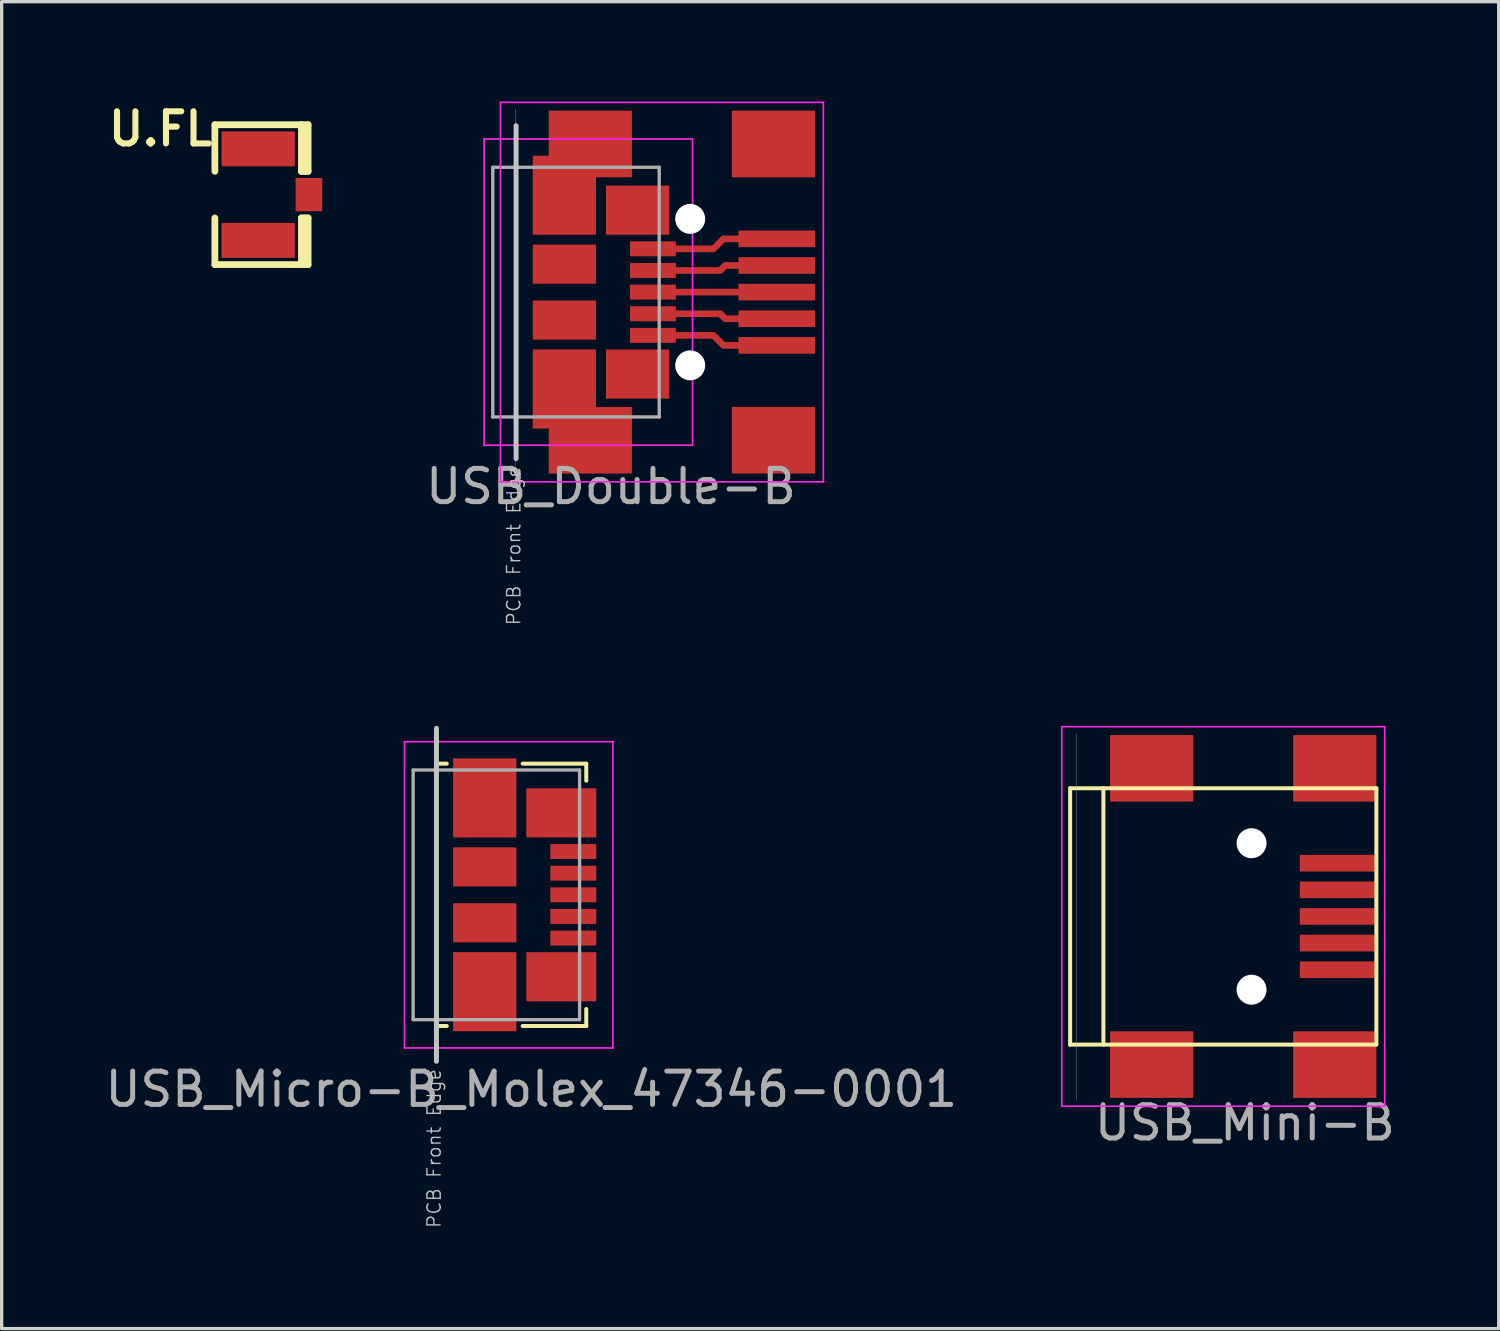
<source format=kicad_pcb>
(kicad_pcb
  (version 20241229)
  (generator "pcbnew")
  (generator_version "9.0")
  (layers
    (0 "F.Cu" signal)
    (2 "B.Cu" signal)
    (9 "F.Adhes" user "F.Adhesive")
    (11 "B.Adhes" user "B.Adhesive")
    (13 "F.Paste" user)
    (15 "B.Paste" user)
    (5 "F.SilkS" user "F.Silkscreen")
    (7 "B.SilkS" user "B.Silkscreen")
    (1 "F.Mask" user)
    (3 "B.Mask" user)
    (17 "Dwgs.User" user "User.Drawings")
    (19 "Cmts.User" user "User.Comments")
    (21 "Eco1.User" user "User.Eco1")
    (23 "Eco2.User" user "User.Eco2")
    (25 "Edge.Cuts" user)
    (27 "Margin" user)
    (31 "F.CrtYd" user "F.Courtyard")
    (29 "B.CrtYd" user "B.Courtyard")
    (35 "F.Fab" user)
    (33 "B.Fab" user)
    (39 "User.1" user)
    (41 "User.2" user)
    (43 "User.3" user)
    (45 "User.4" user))
  (footprint "USB_Mini-B"
    (layer "F.Cu")
    (at 29.296 24.48)
    (property "Reference" "USB_Mini-B" (at 5.05 6.2 0) (layer "F.Fab") (effects (font (size 1 1) (thickness 0.15))))
    (attr smd)
    (fp_line (start -0.2 -3.85) (end -0.2 3.85) (stroke (width 0.12) (type solid)) (layer "F.SilkS"))
    (fp_line (start -0.2 3.85) (end 9 3.85) (stroke (width 0.12) (type solid)) (layer "F.SilkS"))
    (fp_line (start 0.8 -3.85) (end 0.8 3.85) (stroke (width 0.12) (type solid)) (layer "F.SilkS"))
    (fp_line (start 9 -3.85) (end -0.2 -3.85) (stroke (width 0.12) (type solid)) (layer "F.SilkS"))
    (fp_line (start 9 3.85) (end 9 -3.85) (stroke (width 0.12) (type solid)) (layer "F.SilkS"))
    (fp_line (start -0.45 -5.7) (end 9.25 -5.7) (stroke (width 0.05) (type solid)) (layer "F.CrtYd"))
    (fp_line (start -0.45 5.7) (end -0.45 -5.7) (stroke (width 0.05) (type solid)) (layer "F.CrtYd"))
    (fp_line (start 9.25 -5.7) (end 9.25 5.7) (stroke (width 0.05) (type solid)) (layer "F.CrtYd"))
    (fp_line (start 9.25 5.7) (end -0.45 5.7) (stroke (width 0.05) (type solid)) (layer "F.CrtYd"))
    (fp_line (start 0 -5.5) (end 0 5.5) (stroke (width 0.01) (type solid)) (layer "F.Fab"))
    (pad "" np_thru_hole circle (at 5.25 -2.2) (size 0.9 0.9) (drill 0.9) (layers "*.Cu" "*.Mask"))
    (pad "" np_thru_hole circle (at 5.25 2.2) (size 0.9 0.9) (drill 0.9) (layers "*.Cu" "*.Mask"))
    (pad "1" smd rect (at 7.85 -1.6) (size 2.3 0.5) (layers "F.Cu" "F.Mask" "F.Paste"))
    (pad "2" smd rect (at 7.85 -0.8) (size 2.3 0.5) (layers "F.Cu" "F.Mask" "F.Paste"))
    (pad "3" smd rect (at 7.85 0) (size 2.3 0.5) (layers "F.Cu" "F.Mask" "F.Paste"))
    (pad "4" smd rect (at 7.85 0.8) (size 2.3 0.5) (layers "F.Cu" "F.Mask" "F.Paste"))
    (pad "5" smd rect (at 7.85 1.6) (size 2.3 0.5) (layers "F.Cu" "F.Mask" "F.Paste"))
    (pad "6" smd rect (at 2.25 -4.45) (size 2.5 2) (layers "F.Cu" "F.Mask" "F.Paste"))
    (pad "6" smd rect (at 2.25 4.45) (size 2.5 2) (layers "F.Cu" "F.Mask" "F.Paste"))
    (pad "6" smd rect (at 7.75 -4.45) (size 2.5 2) (layers "F.Cu" "F.Mask" "F.Paste"))
    (pad "6" smd rect (at 7.75 4.45) (size 2.5 2) (layers "F.Cu" "F.Mask" "F.Paste")))
  (footprint "USB_Micro-B_Molex_47346-0001"
    (layer "F.Cu")
    (at 12.841 23.83)
    (property "Reference" "USB_Micro-B_Molex_47346-0001" (at 0.07 5.84 180) (layer "F.Fab") (effects (font (size 1 1) (thickness 0.15))))
    (attr smd)
    (fp_line (start -2.73 -3.94) (end -2.47 -3.94) (stroke (width 0.12) (type solid)) (layer "F.SilkS"))
    (fp_line (start -2.47 3.94) (end -2.73 3.94) (stroke (width 0.12) (type solid)) (layer "F.SilkS"))
    (fp_line (start -0.19 -3.94) (end 1.72 -3.94) (stroke (width 0.12) (type solid)) (layer "F.SilkS"))
    (fp_line (start 1.72 -3.94) (end 1.72 -3.43) (stroke (width 0.12) (type solid)) (layer "F.SilkS"))
    (fp_line (start 1.72 3.94) (end -0.19 3.94) (stroke (width 0.12) (type solid)) (layer "F.SilkS"))
    (fp_line (start 1.72 3.94) (end 1.72 3.43) (stroke (width 0.12) (type solid)) (layer "F.SilkS"))
    (fp_line (start -2.78 -5) (end -2.78 5) (stroke (width 0.15) (type solid)) (layer "Dwgs.User"))
    (fp_line (start -3.74 -4.6) (end 2.52 -4.6) (stroke (width 0.05) (type solid)) (layer "F.CrtYd"))
    (fp_line (start -3.74 4.6) (end -3.74 -4.6) (stroke (width 0.05) (type solid)) (layer "F.CrtYd"))
    (fp_line (start 2.52 -4.6) (end 2.52 4.6) (stroke (width 0.05) (type solid)) (layer "F.CrtYd"))
    (fp_line (start 2.52 4.6) (end -3.74 4.6) (stroke (width 0.05) (type solid)) (layer "F.CrtYd"))
    (fp_line (start -3.48 -3.75) (end 1.52 -3.75) (stroke (width 0.1) (type solid)) (layer "F.Fab"))
    (fp_line (start -3.48 3.75) (end -3.48 -3.75) (stroke (width 0.1) (type solid)) (layer "F.Fab"))
    (fp_line (start 1.52 -3.75) (end 1.52 3.75) (stroke (width 0.1) (type solid)) (layer "F.Fab"))
    (fp_line (start 1.52 3.75) (end -3.48 3.75) (stroke (width 0.1) (type solid)) (layer "F.Fab"))
    (fp_text user "PCB Front Edge" (at -2.85 7.62 90) (layer "Dwgs.User") (effects (font (size 0.4 0.4) (thickness 0.04))))
    (pad "1" smd rect (at 1.33 -1.3) (size 1.38 0.45) (layers "F.Cu" "F.Mask" "F.Paste"))
    (pad "2" smd rect (at 1.33 -0.65) (size 1.38 0.45) (layers "F.Cu" "F.Mask" "F.Paste"))
    (pad "3" smd rect (at 1.33 0) (size 1.38 0.45) (layers "F.Cu" "F.Mask" "F.Paste"))
    (pad "4" smd rect (at 1.33 0.65) (size 1.38 0.45) (layers "F.Cu" "F.Mask" "F.Paste"))
    (pad "5" smd rect (at 1.33 1.3) (size 1.38 0.45) (layers "F.Cu" "F.Mask" "F.Paste"))
    (pad "6" smd rect (at -1.33 -2.91) (size 1.9 2.375) (layers "F.Cu" "F.Mask" "F.Paste"))
    (pad "6" smd rect (at -1.33 -0.84) (size 1.9 1.175) (layers "F.Cu" "F.Mask" "F.Paste"))
    (pad "6" smd rect (at -1.33 0.84) (size 1.9 1.175) (layers "F.Cu" "F.Mask" "F.Paste"))
    (pad "6" smd rect (at -1.33 2.91) (size 1.9 2.375) (layers "F.Cu" "F.Mask" "F.Paste"))
    (pad "6" smd rect (at 0.97 -2.462) (size 2.1 1.475) (layers "F.Cu" "F.Mask" "F.Paste"))
    (pad "6" smd rect (at 0.97 2.462) (size 2.1 1.475) (layers "F.Cu" "F.Mask" "F.Paste")))
  (footprint "U.FL"
    (layer "F.Cu")
    (at 4.705 2.797)
    (property "Reference" "U.FL" (at -1.27 -2.54 0) (layer "F.SilkS") (effects (font (size 0.965 0.965) (thickness 0.183)) (justify right top)))
    (attr through_hole)
    (fp_line (start -1.3 -0.7) (end -1.3 -2.1) (stroke (width 0.203) (type solid)) (layer "F.SilkS"))
    (fp_line (start -1.3 2.1) (end -1.3 0.7) (stroke (width 0.203) (type solid)) (layer "F.SilkS"))
    (fp_line (start -1.3 2.1) (end 1.3 2.1) (stroke (width 0.203) (type solid)) (layer "F.SilkS"))
    (fp_line (start 1.3 -2.1) (end -1.3 -2.1) (stroke (width 0.203) (type solid)) (layer "F.SilkS"))
    (fp_line (start 1.3 -0.7) (end 1.3 -2.1) (stroke (width 0.203) (type solid)) (layer "F.SilkS"))
    (fp_line (start 1.3 2.1) (end 1.3 0.7) (stroke (width 0.203) (type solid)) (layer "F.SilkS"))
    (fp_line (start 1.4 -0.7) (end 1.4 -2) (stroke (width 0.203) (type solid)) (layer "F.SilkS"))
    (fp_line (start 1.4 2) (end 1.4 0.7) (stroke (width 0.203) (type solid)) (layer "F.SilkS"))
    (fp_line (start 1.5 -2.1) (end 1.3 -2.1) (stroke (width 0.203) (type solid)) (layer "F.SilkS"))
    (fp_line (start 1.5 -0.7) (end 1.3 -0.7) (stroke (width 0.203) (type solid)) (layer "F.SilkS"))
    (fp_line (start 1.5 -0.7) (end 1.5 -2.1) (stroke (width 0.203) (type solid)) (layer "F.SilkS"))
    (fp_line (start 1.5 0.7) (end 1.3 0.7) (stroke (width 0.203) (type solid)) (layer "F.SilkS"))
    (fp_line (start 1.5 2.1) (end 1.3 2.1) (stroke (width 0.203) (type solid)) (layer "F.SilkS"))
    (fp_line (start 1.5 2.1) (end 1.5 0.7) (stroke (width 0.203) (type solid)) (layer "F.SilkS"))
    (pad "1" smd rect (at 0 -1.375) (size 2.2 1.05) (layers "F.Cu" "F.Mask" "F.Paste"))
    (pad "2" smd rect (at 0 1.375) (size 2.2 1.05) (layers "F.Cu" "F.Mask" "F.Paste"))
    (pad "3" smd rect (at 1.525 0) (size 0.8 1) (layers "F.Cu" "F.Mask" "F.Paste")))
  (footprint "USB_Double-B"
    (layer "F.Cu")
    (at 12.433 5.725)
    (property "Reference" "USB_Double-B" (at 2.87 5.84 0) (layer "F.Fab") (effects (font (size 1 1) (thickness 0.15))))
    (attr smd)
    (fp_line (start 0.02 -5) (end 0.02 5) (stroke (width 0.15) (type solid)) (layer "Dwgs.User"))
    (fp_line (start -0.94 -4.6) (end 5.32 -4.6) (stroke (width 0.05) (type solid)) (layer "F.CrtYd"))
    (fp_line (start -0.94 4.6) (end -0.94 -4.6) (stroke (width 0.05) (type solid)) (layer "F.CrtYd"))
    (fp_line (start -0.45 -5.7) (end 9.25 -5.7) (stroke (width 0.05) (type solid)) (layer "F.CrtYd"))
    (fp_line (start -0.45 5.7) (end -0.45 -5.7) (stroke (width 0.05) (type solid)) (layer "F.CrtYd"))
    (fp_line (start 5.32 -4.6) (end 5.32 4.6) (stroke (width 0.05) (type solid)) (layer "F.CrtYd"))
    (fp_line (start 5.32 4.6) (end -0.94 4.6) (stroke (width 0.05) (type solid)) (layer "F.CrtYd"))
    (fp_line (start 9.25 -5.7) (end 9.25 5.7) (stroke (width 0.05) (type solid)) (layer "F.CrtYd"))
    (fp_line (start 9.25 5.7) (end -0.45 5.7) (stroke (width 0.05) (type solid)) (layer "F.CrtYd"))
    (fp_line (start -0.68 -3.75) (end 4.32 -3.75) (stroke (width 0.1) (type solid)) (layer "F.Fab"))
    (fp_line (start -0.68 3.75) (end -0.68 -3.75) (stroke (width 0.1) (type solid)) (layer "F.Fab"))
    (fp_line (start 0 -5.5) (end 0 5.5) (stroke (width 0.01) (type solid)) (layer "F.Fab"))
    (fp_line (start 4.32 -3.75) (end 4.32 3.75) (stroke (width 0.1) (type solid)) (layer "F.Fab"))
    (fp_line (start 4.32 3.75) (end -0.68 3.75) (stroke (width 0.1) (type solid)) (layer "F.Fab"))
    (fp_text user "PCB Front Edge" (at -0.05 7.62 90) (layer "Dwgs.User") (effects (font (size 0.4 0.4) (thickness 0.04))))
    (pad "" np_thru_hole circle (at 5.25 -2.2) (size 0.9 0.9) (drill 0.9) (layers "*.Cu" "*.Mask"))
    (pad "" np_thru_hole circle (at 5.25 2.2) (size 0.9 0.9) (drill 0.9) (layers "*.Cu" "*.Mask"))
    (pad "1" smd rect (at 4.13 -1.3) (size 1.38 0.45) (layers "F.Cu" "F.Mask" "F.Paste"))
    (pad "1" connect rect (at 5.2 -1.3) (size 1.524 0.2) (layers "F.Cu"))
    (pad "1" connect roundrect (at 6.1 -1.45 45) (size 0.624 0.2) (layers "F.Cu") (roundrect_rratio 0.5))
    (pad "1" connect rect (at 7 -1.6) (size 1.524 0.2) (layers "F.Cu"))
    (pad "1" smd rect (at 7.85 -1.6) (size 2.3 0.5) (layers "F.Cu" "F.Mask" "F.Paste"))
    (pad "2" smd rect (at 4.13 -0.65) (size 1.38 0.45) (layers "F.Cu" "F.Mask" "F.Paste"))
    (pad "2" connect rect (at 5.4 -0.65) (size 1.524 0.2) (layers "F.Cu"))
    (pad "2" connect roundrect (at 6.225 -0.725 45) (size 0.412 0.2) (layers "F.Cu") (roundrect_rratio 0.5))
    (pad "2" connect rect (at 7.05 -0.8) (size 1.524 0.2) (layers "F.Cu"))
    (pad "2" smd rect (at 7.85 -0.8) (size 2.3 0.5) (layers "F.Cu" "F.Mask" "F.Paste"))
    (pad "3" smd rect (at 4.13 0) (size 1.38 0.45) (layers "F.Cu" "F.Mask" "F.Paste"))
    (pad "3" connect rect (at 5.55 0) (size 3 0.2) (layers "F.Cu"))
    (pad "3" smd rect (at 7.85 0) (size 2.3 0.5) (layers "F.Cu" "F.Mask" "F.Paste"))
    (pad "4" smd rect (at 4.13 0.65) (size 1.38 0.45) (layers "F.Cu" "F.Mask" "F.Paste"))
    (pad "4" connect rect (at 5.4 0.65) (size 1.524 0.2) (layers "F.Cu"))
    (pad "4" connect roundrect (at 6.225 0.725 315) (size 0.412 0.2) (layers "F.Cu") (roundrect_rratio 0.5))
    (pad "4" connect rect (at 7.05 0.8) (size 1.524 0.2) (layers "F.Cu"))
    (pad "4" smd rect (at 7.85 0.8) (size 2.3 0.5) (layers "F.Cu" "F.Mask" "F.Paste"))
    (pad "5" smd rect (at 4.13 1.3) (size 1.38 0.45) (layers "F.Cu" "F.Mask" "F.Paste"))
    (pad "5" connect rect (at 5.2 1.3) (size 1.524 0.2) (layers "F.Cu"))
    (pad "5" connect roundrect (at 6.1 1.45 315) (size 0.624 0.2) (layers "F.Cu") (roundrect_rratio 0.5))
    (pad "5" connect rect (at 7 1.6) (size 1.524 0.2) (layers "F.Cu"))
    (pad "5" smd rect (at 7.85 1.6) (size 2.3 0.5) (layers "F.Cu" "F.Mask" "F.Paste"))
    (pad "6" smd rect (at 1.47 -2.91) (size 1.9 2.375) (layers "F.Cu" "F.Mask" "F.Paste"))
    (pad "6" smd rect (at 1.47 -0.84) (size 1.9 1.175) (layers "F.Cu" "F.Mask" "F.Paste"))
    (pad "6" smd rect (at 1.47 0.84) (size 1.9 1.175) (layers "F.Cu" "F.Mask" "F.Paste"))
    (pad "6" smd rect (at 1.47 2.91) (size 1.9 2.375) (layers "F.Cu" "F.Mask" "F.Paste"))
    (pad "6" smd rect (at 2.25 -4.45) (size 2.5 2) (layers "F.Cu" "F.Mask" "F.Paste"))
    (pad "6" smd rect (at 2.25 4.45) (size 2.5 2) (layers "F.Cu" "F.Mask" "F.Paste"))
    (pad "6" smd rect (at 3.67 -2.462) (size 1.9 1.475) (layers "F.Cu" "F.Mask" "F.Paste"))
    (pad "6" smd rect (at 3.67 2.462) (size 1.9 1.475) (layers "F.Cu" "F.Mask" "F.Paste"))
    (pad "6" smd rect (at 7.75 -4.45) (size 2.5 2) (layers "F.Cu" "F.Mask" "F.Paste"))
    (pad "6" smd rect (at 7.75 4.45) (size 2.5 2) (layers "F.Cu" "F.Mask" "F.Paste")))
  (gr_rect
    (start -3 -3)
    (end 41.971 36.861)
    (stroke (width 0.1) (type default))
    (fill no)
    (layer "Edge.Cuts")))
</source>
